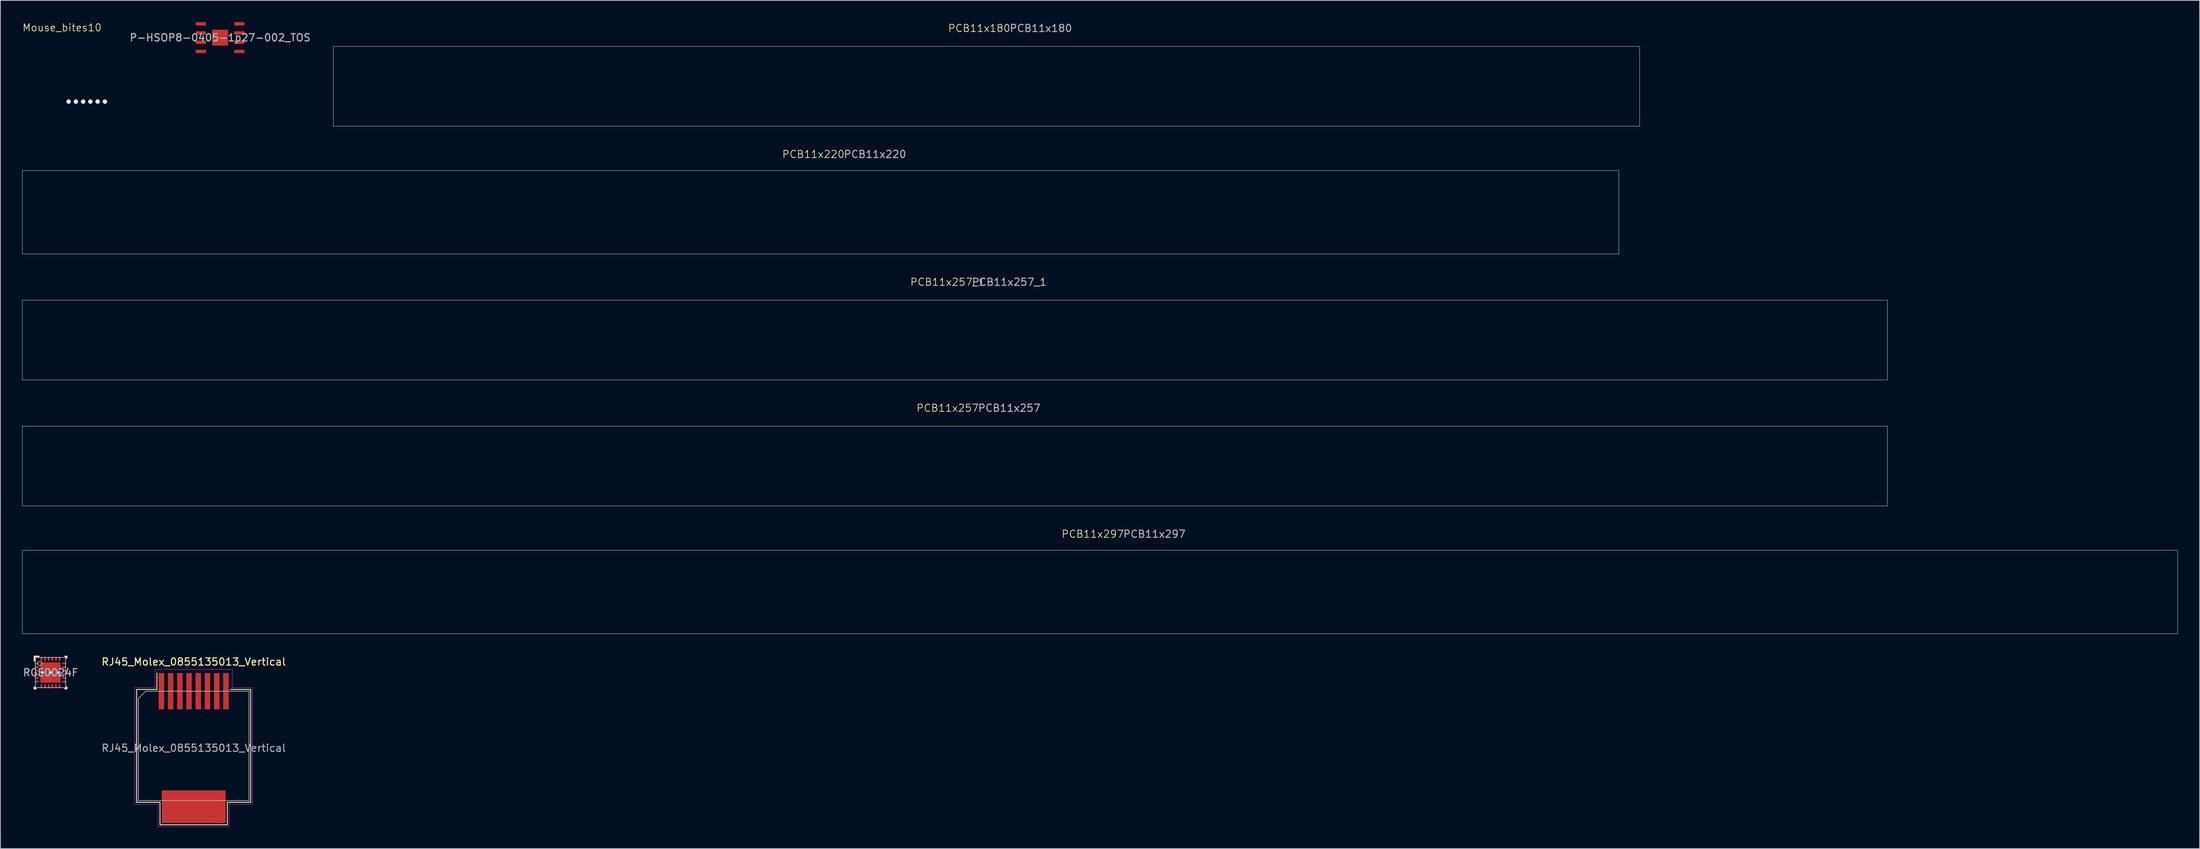
<source format=kicad_pcb>
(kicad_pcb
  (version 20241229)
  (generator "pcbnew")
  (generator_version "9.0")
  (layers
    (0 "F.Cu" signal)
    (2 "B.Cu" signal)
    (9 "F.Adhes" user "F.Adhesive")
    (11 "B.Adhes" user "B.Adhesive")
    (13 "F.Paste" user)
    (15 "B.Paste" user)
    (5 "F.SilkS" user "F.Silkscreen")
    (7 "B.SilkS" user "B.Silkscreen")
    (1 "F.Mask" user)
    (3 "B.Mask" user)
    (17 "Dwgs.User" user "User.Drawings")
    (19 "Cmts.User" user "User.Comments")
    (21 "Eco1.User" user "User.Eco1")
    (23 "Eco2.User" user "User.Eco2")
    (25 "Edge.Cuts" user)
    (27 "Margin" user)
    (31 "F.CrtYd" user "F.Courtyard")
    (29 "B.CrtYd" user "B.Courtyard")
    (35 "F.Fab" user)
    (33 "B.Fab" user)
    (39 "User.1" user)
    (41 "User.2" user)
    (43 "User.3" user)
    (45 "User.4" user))
  (footprint "P-HSOP8-0405-1p27-002_TOS"
    (layer "F.Cu")
    (at 27.28 2.14)
    (property "Reference" "P-HSOP8-0405-1p27-002_TOS" (at 0 0 0) (unlocked yes) (layer "F.SilkS") (effects (font (size 1 1) (thickness 0.15))))
    (attr smd)
    (fp_text user "${REFERENCE}" (at 0 0 0) (unlocked yes) (layer "F.Fab") (effects (font (size 1 1) (thickness 0.15))))
    (pad "1" smd rect (at -2.653 -1.905) (size 1.406 0.471) (layers "F.Cu" "F.Mask" "F.Paste"))
    (pad "2" smd rect (at -2.653 -0.635) (size 1.406 0.471) (layers "F.Cu" "F.Mask" "F.Paste"))
    (pad "3" smd rect (at -2.653 0.635) (size 1.406 0.471) (layers "F.Cu" "F.Mask" "F.Paste"))
    (pad "4" smd rect (at -2.653 1.905) (size 1.406 0.471) (layers "F.Cu" "F.Mask" "F.Paste"))
    (pad "5" smd rect (at 2.653 1.905) (size 1.406 0.471) (layers "F.Cu" "F.Mask" "F.Paste"))
    (pad "6" smd rect (at 2.653 0.635) (size 1.406 0.471) (layers "F.Cu" "F.Mask" "F.Paste"))
    (pad "7" smd rect (at 2.653 -0.635) (size 1.406 0.471) (layers "F.Cu" "F.Mask" "F.Paste"))
    (pad "8" smd rect (at 2.653 -1.905) (size 1.406 0.471) (layers "F.Cu" "F.Mask" "F.Paste"))
    (pad "9" smd rect (at 0 0) (size 2.19 2.19) (layers "F.Cu" "F.Mask" "F.Paste")))
  (footprint "PCB11x257_1"
    (layer "F.Cu")
    (at 128.525 43.845)
    (property "Reference" "PCB11x257_1" (at -1 -8 0) (unlocked yes) (layer "F.SilkS") (effects (font (size 1 1) (thickness 0.1))))
    (fp_rect (start -128.5 -5.5) (end 128.5 5.5) (stroke (width 0.05) (type default)) (fill no) (layer "Edge.Cuts"))
    (fp_text user "${REFERENCE}" (at 7.5 -8 0) (unlocked yes) (layer "F.Fab") (effects (font (size 1 1) (thickness 0.15)))))
  (footprint "PCB11x180"
    (layer "F.Cu")
    (at 132.882 8.848)
    (property "Reference" "PCB11x180" (at -1 -8 0) (unlocked yes) (layer "F.SilkS") (effects (font (size 1 1) (thickness 0.1))))
    (fp_rect (start -90 -5.5) (end 90 5.5) (stroke (width 0.05) (type default)) (fill no) (layer "Edge.Cuts"))
    (fp_text user "${REFERENCE}" (at 7.5 -8 0) (unlocked yes) (layer "F.Fab") (effects (font (size 1 1) (thickness 0.15)))))
  (footprint "PCB11x257"
    (layer "F.Cu")
    (at 128.525 61.218)
    (property "Reference" "PCB11x257" (at -1 -8 0) (unlocked yes) (layer "F.SilkS") (effects (font (size 1 1) (thickness 0.1))))
    (fp_rect (start -128.5 -5.5) (end 128.5 5.5) (stroke (width 0.05) (type default)) (fill no) (layer "Edge.Cuts"))
    (fp_text user "${REFERENCE}" (at 7.5 -8 0) (unlocked yes) (layer "F.Fab") (effects (font (size 1 1) (thickness 0.15)))))
  (footprint "RJ45_Molex_0855135013_Vertical"
    (layer "F.Cu")
    (at 23.637 100.105)
    (property "Reference" "RJ45_Molex_0855135013_Vertical" (at 0 -11.89 0) (layer "F.SilkS") (effects (font (size 1 1) (thickness 0.15))))
    (attr smd)
    (fp_line (start -7.86 -8.08) (end -7.86 7.48) (stroke (width 0.12) (type solid)) (layer "F.SilkS"))
    (fp_line (start -7.86 -8.08) (end -5.065 -8.08) (stroke (width 0.12) (type solid)) (layer "F.SilkS"))
    (fp_line (start -7.86 7.48) (end -4.64 7.48) (stroke (width 0.12) (type solid)) (layer "F.SilkS"))
    (fp_line (start -5.065 -8.08) (end -5.065 -10.34) (stroke (width 0.12) (type solid)) (layer "F.SilkS"))
    (fp_line (start -4.64 7.48) (end -4.64 10.58) (stroke (width 0.12) (type solid)) (layer "F.SilkS"))
    (fp_line (start -4.64 10.58) (end 4.64 10.58) (stroke (width 0.12) (type solid)) (layer "F.SilkS"))
    (fp_line (start 4.64 7.48) (end 7.86 7.48) (stroke (width 0.12) (type solid)) (layer "F.SilkS"))
    (fp_line (start 4.64 10.58) (end 4.64 7.48) (stroke (width 0.12) (type solid)) (layer "F.SilkS"))
    (fp_line (start 7.86 -8.08) (end 5.08 -8.08) (stroke (width 0.12) (type solid)) (layer "F.SilkS"))
    (fp_line (start 7.86 7.48) (end 7.86 -8.08) (stroke (width 0.12) (type solid)) (layer "F.SilkS"))
    (fp_line (start -8.12 -8.34) (end -5.33 -8.34) (stroke (width 0.05) (type solid)) (layer "F.CrtYd"))
    (fp_line (start -8.12 7.74) (end -8.12 -8.34) (stroke (width 0.05) (type solid)) (layer "F.CrtYd"))
    (fp_line (start -8.12 7.74) (end -4.9 7.74) (stroke (width 0.05) (type solid)) (layer "F.CrtYd"))
    (fp_line (start -5.33 -10.84) (end 5.33 -10.84) (stroke (width 0.05) (type solid)) (layer "F.CrtYd"))
    (fp_line (start -5.33 -8.34) (end -5.33 -10.84) (stroke (width 0.05) (type solid)) (layer "F.CrtYd"))
    (fp_line (start -4.9 7.74) (end -4.9 10.84) (stroke (width 0.05) (type solid)) (layer "F.CrtYd"))
    (fp_line (start -4.9 10.84) (end 4.9 10.84) (stroke (width 0.05) (type solid)) (layer "F.CrtYd"))
    (fp_line (start 4.9 7.74) (end 4.9 10.84) (stroke (width 0.05) (type solid)) (layer "F.CrtYd"))
    (fp_line (start 4.9 7.74) (end 8.12 7.74) (stroke (width 0.05) (type solid)) (layer "F.CrtYd"))
    (fp_line (start 5.33 -10.84) (end 5.33 -8.34) (stroke (width 0.05) (type solid)) (layer "F.CrtYd"))
    (fp_line (start 5.33 -8.34) (end 8.12 -8.34) (stroke (width 0.05) (type solid)) (layer "F.CrtYd"))
    (fp_line (start 8.12 7.74) (end 8.12 -8.34) (stroke (width 0.05) (type solid)) (layer "F.CrtYd"))
    (fp_line (start -7.62 -6.84) (end -6.62 -7.84) (stroke (width 0.1) (type solid)) (layer "F.Fab"))
    (fp_line (start -7.62 7.24) (end -7.62 -6.84) (stroke (width 0.1) (type solid)) (layer "F.Fab"))
    (fp_line (start -6.62 -7.84) (end 7.62 -7.84) (stroke (width 0.1) (type solid)) (layer "F.Fab"))
    (fp_line (start 7.62 7.24) (end -7.62 7.24) (stroke (width 0.1) (type solid)) (layer "F.Fab"))
    (fp_line (start 7.62 7.24) (end 7.62 -7.84) (stroke (width 0.1) (type solid)) (layer "F.Fab"))
    (fp_text user "${REFERENCE}" (at 0 0 0) (layer "F.Fab") (effects (font (size 1 1) (thickness 0.15))))
    (pad "1" smd rect (at -4.445 -7.84 180) (size 0.76 5) (layers "F.Cu" "F.Mask" "F.Paste"))
    (pad "2" smd rect (at -3.175 -7.84 180) (size 0.76 5) (layers "F.Cu" "F.Mask" "F.Paste"))
    (pad "3" smd rect (at -1.905 -7.84 180) (size 0.76 5) (layers "F.Cu" "F.Mask" "F.Paste"))
    (pad "4" smd rect (at -0.635 -7.84 180) (size 0.76 5) (layers "F.Cu" "F.Mask" "F.Paste"))
    (pad "5" smd rect (at 0.635 -7.84 180) (size 0.76 5) (layers "F.Cu" "F.Mask" "F.Paste"))
    (pad "6" smd rect (at 1.905 -7.84 180) (size 0.76 5) (layers "F.Cu" "F.Mask" "F.Paste"))
    (pad "7" smd rect (at 3.175 -7.84 180) (size 0.76 5) (layers "F.Cu" "F.Mask" "F.Paste"))
    (pad "8" smd rect (at 4.445 -7.84 180) (size 0.76 5) (layers "F.Cu" "F.Mask" "F.Paste"))
    (pad "L" smd rect (at 0 8.09 180) (size 8.8 4.5) (layers "F.Cu" "F.Mask" "F.Paste")))
  (footprint "RGE0024F"
    (layer "F.Cu")
    (at 3.911 89.691)
    (property "Reference" "RGE0024F" (at 0 0 0) (unlocked yes) (layer "F.SilkS") (effects (font (size 1 1) (thickness 0.15))))
    (attr smd)
    (fp_line (start -2.225 -2.225) (end -1.6 -2.225) (stroke (width 0.2) (type solid)) (layer "F.SilkS"))
    (fp_line (start -2.225 -1.6) (end -2.225 -2.225) (stroke (width 0.2) (type solid)) (layer "F.SilkS"))
    (fp_line (start -2.225 2.225) (end -2.225 2) (stroke (width 0.2) (type solid)) (layer "F.SilkS"))
    (fp_line (start -2.225 2.225) (end -2 2.225) (stroke (width 0.2) (type solid)) (layer "F.SilkS"))
    (fp_line (start 2 -2.225) (end 2.225 -2.225) (stroke (width 0.2) (type solid)) (layer "F.SilkS"))
    (fp_line (start 2 2.225) (end 2.225 2.225) (stroke (width 0.2) (type solid)) (layer "F.SilkS"))
    (fp_line (start 2.225 -2) (end 2.225 -2.225) (stroke (width 0.2) (type solid)) (layer "F.SilkS"))
    (fp_line (start 2.225 2.225) (end 2.225 2) (stroke (width 0.2) (type solid)) (layer "F.SilkS"))
    (fp_poly (pts (xy -0.1 -1.329) (xy -1.329 -1.329) (xy -1.329 -0.1) (xy -0.1 -0.1)) (stroke (width 0) (type solid)) (fill yes) (layer "F.Paste"))
    (fp_poly (pts (xy -0.1 0.1) (xy -1.329 0.1) (xy -1.329 1.329) (xy -0.1 1.329)) (stroke (width 0) (type solid)) (fill yes) (layer "F.Paste"))
    (fp_poly (pts (xy 0.1 -0.1) (xy 1.329 -0.1) (xy 1.329 -1.329) (xy 0.1 -1.329)) (stroke (width 0) (type solid)) (fill yes) (layer "F.Paste"))
    (fp_poly (pts (xy 0.1 1.329) (xy 1.329 1.329) (xy 1.329 0.1) (xy 0.1 0.1)) (stroke (width 0) (type solid)) (fill yes) (layer "F.Paste"))
    (fp_line (start -2.075 -2.075) (end 2.075 -2.075) (stroke (width 0.1) (type solid)) (layer "F.Fab"))
    (fp_line (start -2.075 2.075) (end -2.075 -2.075) (stroke (width 0.1) (type solid)) (layer "F.Fab"))
    (fp_line (start -2.075 2.075) (end 2.075 2.075) (stroke (width 0.1) (type solid)) (layer "F.Fab"))
    (fp_line (start 2.075 2.075) (end 2.075 -2.075) (stroke (width 0.1) (type solid)) (layer "F.Fab"))
    (fp_circle (center -1.475 -1.25) (end -1.175 -1.25) (stroke (width 0.1) (type solid)) (fill no) (layer "F.Fab"))
    (fp_text user "${REFERENCE}" (at 0 0 0) (unlocked yes) (layer "F.Fab") (effects (font (size 1 1) (thickness 0.15))))
    (pad "1" smd oval (at -1.9 -1.25 90) (size 0.24 0.6) (layers "F.Cu" "F.Mask" "F.Paste"))
    (pad "2" smd oval (at -1.9 -0.75 90) (size 0.24 0.6) (layers "F.Cu" "F.Mask" "F.Paste"))
    (pad "3" smd oval (at -1.9 -0.25 90) (size 0.24 0.6) (layers "F.Cu" "F.Mask" "F.Paste"))
    (pad "4" smd oval (at -1.9 0.25 90) (size 0.24 0.6) (layers "F.Cu" "F.Mask" "F.Paste"))
    (pad "5" smd oval (at -1.9 0.75 90) (size 0.24 0.6) (layers "F.Cu" "F.Mask" "F.Paste"))
    (pad "6" smd oval (at -1.9 1.25 90) (size 0.24 0.6) (layers "F.Cu" "F.Mask" "F.Paste"))
    (pad "7" smd oval (at -1.25 1.9) (size 0.24 0.6) (layers "F.Cu" "F.Mask" "F.Paste"))
    (pad "8" smd oval (at -0.75 1.9) (size 0.24 0.6) (layers "F.Cu" "F.Mask" "F.Paste"))
    (pad "9" smd oval (at -0.25 1.9) (size 0.24 0.6) (layers "F.Cu" "F.Mask" "F.Paste"))
    (pad "10" smd oval (at 0.25 1.9) (size 0.24 0.6) (layers "F.Cu" "F.Mask" "F.Paste"))
    (pad "11" smd oval (at 0.75 1.9) (size 0.24 0.6) (layers "F.Cu" "F.Mask" "F.Paste"))
    (pad "12" smd oval (at 1.25 1.9) (size 0.24 0.6) (layers "F.Cu" "F.Mask" "F.Paste"))
    (pad "13" smd oval (at 1.9 1.25 90) (size 0.24 0.6) (layers "F.Cu" "F.Mask" "F.Paste"))
    (pad "14" smd oval (at 1.9 0.75 90) (size 0.24 0.6) (layers "F.Cu" "F.Mask" "F.Paste"))
    (pad "15" smd oval (at 1.9 0.25 90) (size 0.24 0.6) (layers "F.Cu" "F.Mask" "F.Paste"))
    (pad "16" smd oval (at 1.9 -0.25 90) (size 0.24 0.6) (layers "F.Cu" "F.Mask" "F.Paste"))
    (pad "17" smd oval (at 1.9 -0.75 90) (size 0.24 0.6) (layers "F.Cu" "F.Mask" "F.Paste"))
    (pad "18" smd oval (at 1.9 -1.25 90) (size 0.24 0.6) (layers "F.Cu" "F.Mask" "F.Paste"))
    (pad "19" smd oval (at 1.25 -1.9) (size 0.24 0.6) (layers "F.Cu" "F.Mask" "F.Paste"))
    (pad "20" smd oval (at 0.75 -1.9) (size 0.24 0.6) (layers "F.Cu" "F.Mask" "F.Paste"))
    (pad "21" smd oval (at 0.25 -1.9) (size 0.24 0.6) (layers "F.Cu" "F.Mask" "F.Paste"))
    (pad "22" smd oval (at -0.25 -1.9) (size 0.24 0.6) (layers "F.Cu" "F.Mask" "F.Paste"))
    (pad "23" smd oval (at -0.75 -1.9) (size 0.24 0.6) (layers "F.Cu" "F.Mask" "F.Paste"))
    (pad "24" smd oval (at -1.25 -1.9) (size 0.24 0.6) (layers "F.Cu" "F.Mask" "F.Paste"))
    (pad "25" thru_hole circle (at -1.1 0) (size 0.6 0.6) (drill 0.3) (layers "*.Cu" "*.Mask"))
    (pad "25" thru_hole circle (at 0 0) (size 0.6 0.6) (drill 0.3) (layers "*.Cu" "*.Mask"))
    (pad "25" smd rect (at 0.000003 0) (size 2.8 2.8) (layers "F.Cu" "F.Mask"))
    (pad "25" thru_hole circle (at 1.1 0) (size 0.6 0.6) (drill 0.3) (layers "*.Cu" "*.Mask")))
  (footprint "PCB11x220"
    (layer "F.Cu")
    (at 110.025 26.221)
    (property "Reference" "PCB11x220" (at -1 -8 0) (unlocked yes) (layer "F.SilkS") (effects (font (size 1 1) (thickness 0.1))))
    (fp_rect (start -110 -5.75) (end 110 5.75) (stroke (width 0.05) (type default)) (fill no) (layer "Edge.Cuts"))
    (fp_text user "${REFERENCE}" (at 7.5 -8 0) (unlocked yes) (layer "F.Fab") (effects (font (size 1 1) (thickness 0.15)))))
  (footprint "PCB11x297"
    (layer "F.Cu")
    (at 148.525 78.591)
    (property "Reference" "PCB11x297" (at -1 -8 0) (unlocked yes) (layer "F.SilkS") (effects (font (size 1 1) (thickness 0.1))))
    (fp_rect (start -148.5 -5.75) (end 148.5 5.75) (stroke (width 0.05) (type default)) (fill no) (layer "Edge.Cuts"))
    (fp_text user "${REFERENCE}" (at 7.5 -8 0) (unlocked yes) (layer "F.Fab") (effects (font (size 1 1) (thickness 0.15)))))
  (footprint "Mouse_bites10"
    (layer "F.Cu")
    (at 8.902 10.96)
    (property "Reference" "Mouse_bites10" (at -3.4 -10.2 0) (unlocked yes) (layer "F.SilkS") (effects (font (size 1 1) (thickness 0.1))))
    (attr through_hole)
    (pad "" np_thru_hole circle (at -2.5 0) (size 0.6 0.6) (drill 0.6) (layers "*.Cu"))
    (pad "" np_thru_hole circle (at -1.5 0) (size 0.6 0.6) (drill 0.6) (layers "*.Cu"))
    (pad "" np_thru_hole circle (at -0.5 0) (size 0.6 0.6) (drill 0.6) (layers "*.Cu"))
    (pad "" np_thru_hole circle (at 0.5 0) (size 0.6 0.6) (drill 0.6) (layers "*.Cu"))
    (pad "" np_thru_hole circle (at 1.5 0) (size 0.6 0.6) (drill 0.6) (layers "*.Cu"))
    (pad "" np_thru_hole circle (at 2.5 0) (size 0.6 0.6) (drill 0.6) (layers "*.Cu")))
  (gr_rect
    (start -3 -3)
    (end 300.05 113.969)
    (stroke (width 0.1) (type default))
    (fill no)
    (layer "Edge.Cuts")))
</source>
